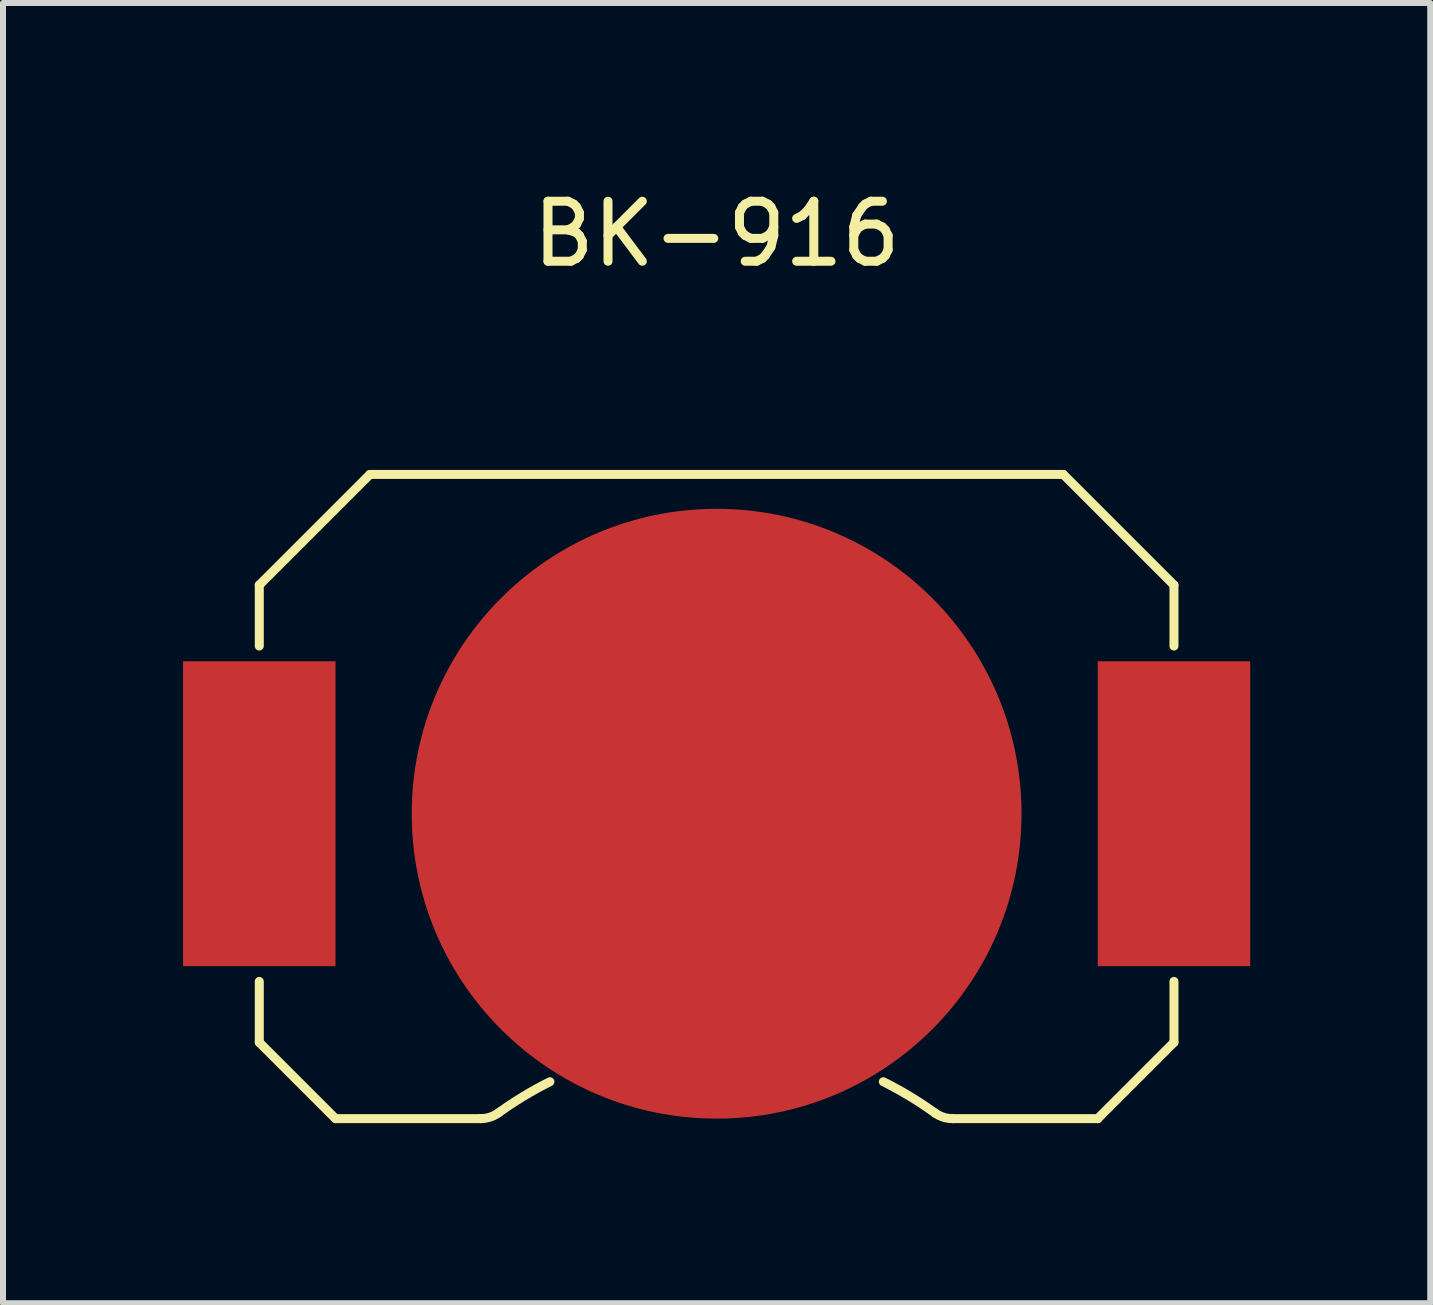
<source format=kicad_pcb>
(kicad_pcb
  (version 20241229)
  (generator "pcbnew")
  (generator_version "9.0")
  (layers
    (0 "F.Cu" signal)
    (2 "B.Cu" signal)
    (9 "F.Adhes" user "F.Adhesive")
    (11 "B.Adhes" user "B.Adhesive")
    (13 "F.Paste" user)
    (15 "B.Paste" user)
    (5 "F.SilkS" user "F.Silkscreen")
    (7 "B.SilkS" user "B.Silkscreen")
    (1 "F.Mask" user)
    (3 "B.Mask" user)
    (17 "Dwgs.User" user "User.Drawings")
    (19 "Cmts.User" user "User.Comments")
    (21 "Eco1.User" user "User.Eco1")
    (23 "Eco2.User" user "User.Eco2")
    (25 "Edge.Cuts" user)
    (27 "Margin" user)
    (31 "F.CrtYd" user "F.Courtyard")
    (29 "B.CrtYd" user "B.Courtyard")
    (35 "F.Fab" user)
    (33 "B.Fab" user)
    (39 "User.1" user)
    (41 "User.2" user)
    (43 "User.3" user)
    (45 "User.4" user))
  (footprint "BK-916"
    (layer "F.Cu")
    (at 8.89 0.348)
    (property "Reference" "BK-916" (at 0 0.5 0) (layer "F.SilkS") (effects (font (size 1 1) (thickness 0.15))))
    (attr through_hole)
    (fp_line (start -7.62 6.35) (end -7.62 7.366) (stroke (width 0.15) (type solid)) (layer "F.SilkS"))
    (fp_line (start -7.62 6.35) (end -5.777 4.507) (stroke (width 0.15) (type solid)) (layer "F.SilkS"))
    (fp_line (start -7.62 12.954) (end -7.62 13.97) (stroke (width 0.15) (type solid)) (layer "F.SilkS"))
    (fp_line (start -7.62 13.97) (end -6.35 15.24) (stroke (width 0.15) (type solid)) (layer "F.SilkS"))
    (fp_line (start -6.35 15.24) (end -3.932 15.24) (stroke (width 0.15) (type solid)) (layer "F.SilkS"))
    (fp_line (start -5.777 4.507) (end 5.777 4.507) (stroke (width 0.15) (type solid)) (layer "F.SilkS"))
    (fp_line (start 6.35 15.24) (end 3.932 15.24) (stroke (width 0.15) (type solid)) (layer "F.SilkS"))
    (fp_line (start 7.62 6.35) (end 5.777 4.507) (stroke (width 0.15) (type solid)) (layer "F.SilkS"))
    (fp_line (start 7.62 6.35) (end 7.62 7.366) (stroke (width 0.15) (type solid)) (layer "F.SilkS"))
    (fp_line (start 7.62 12.954) (end 7.62 13.97) (stroke (width 0.15) (type solid)) (layer "F.SilkS"))
    (fp_line (start 7.62 13.97) (end 6.35 15.24) (stroke (width 0.15) (type solid)) (layer "F.SilkS"))
    (fp_arc (start -3.635017 15.144028) (mid -3.776034 15.215412) (end -3.932165 15.24) (stroke (width 0.15) (type solid)) (layer "F.SilkS"))
    (fp_arc (start -3.635016 15.144028) (mid -3.216925 14.867436) (end -2.7779 14.625444) (stroke (width 0.15) (type solid)) (layer "F.SilkS"))
    (fp_arc (start 2.777901 14.625444) (mid 3.216926 14.867437) (end 3.635017 15.144028) (stroke (width 0.15) (type solid)) (layer "F.SilkS"))
    (fp_arc (start 3.932165 15.24) (mid 3.776034 15.215412) (end 3.635017 15.144028) (stroke (width 0.15) (type solid)) (layer "F.SilkS"))
    (pad "1" smd rect (at -7.62 10.16) (size 2.54 5.08) (layers "F.Cu" "F.Mask" "F.Paste"))
    (pad "1" smd rect (at 7.62 10.16) (size 2.54 5.08) (layers "F.Cu" "F.Mask" "F.Paste"))
    (pad "2" smd circle (at 0 10.16) (size 10.16 10.16) (layers "F.Cu" "F.Mask" "F.Paste")))
  (gr_rect
    (start -3 -3)
    (end 20.78 18.663)
    (stroke (width 0.1) (type default))
    (fill no)
    (layer "Edge.Cuts")))
</source>
